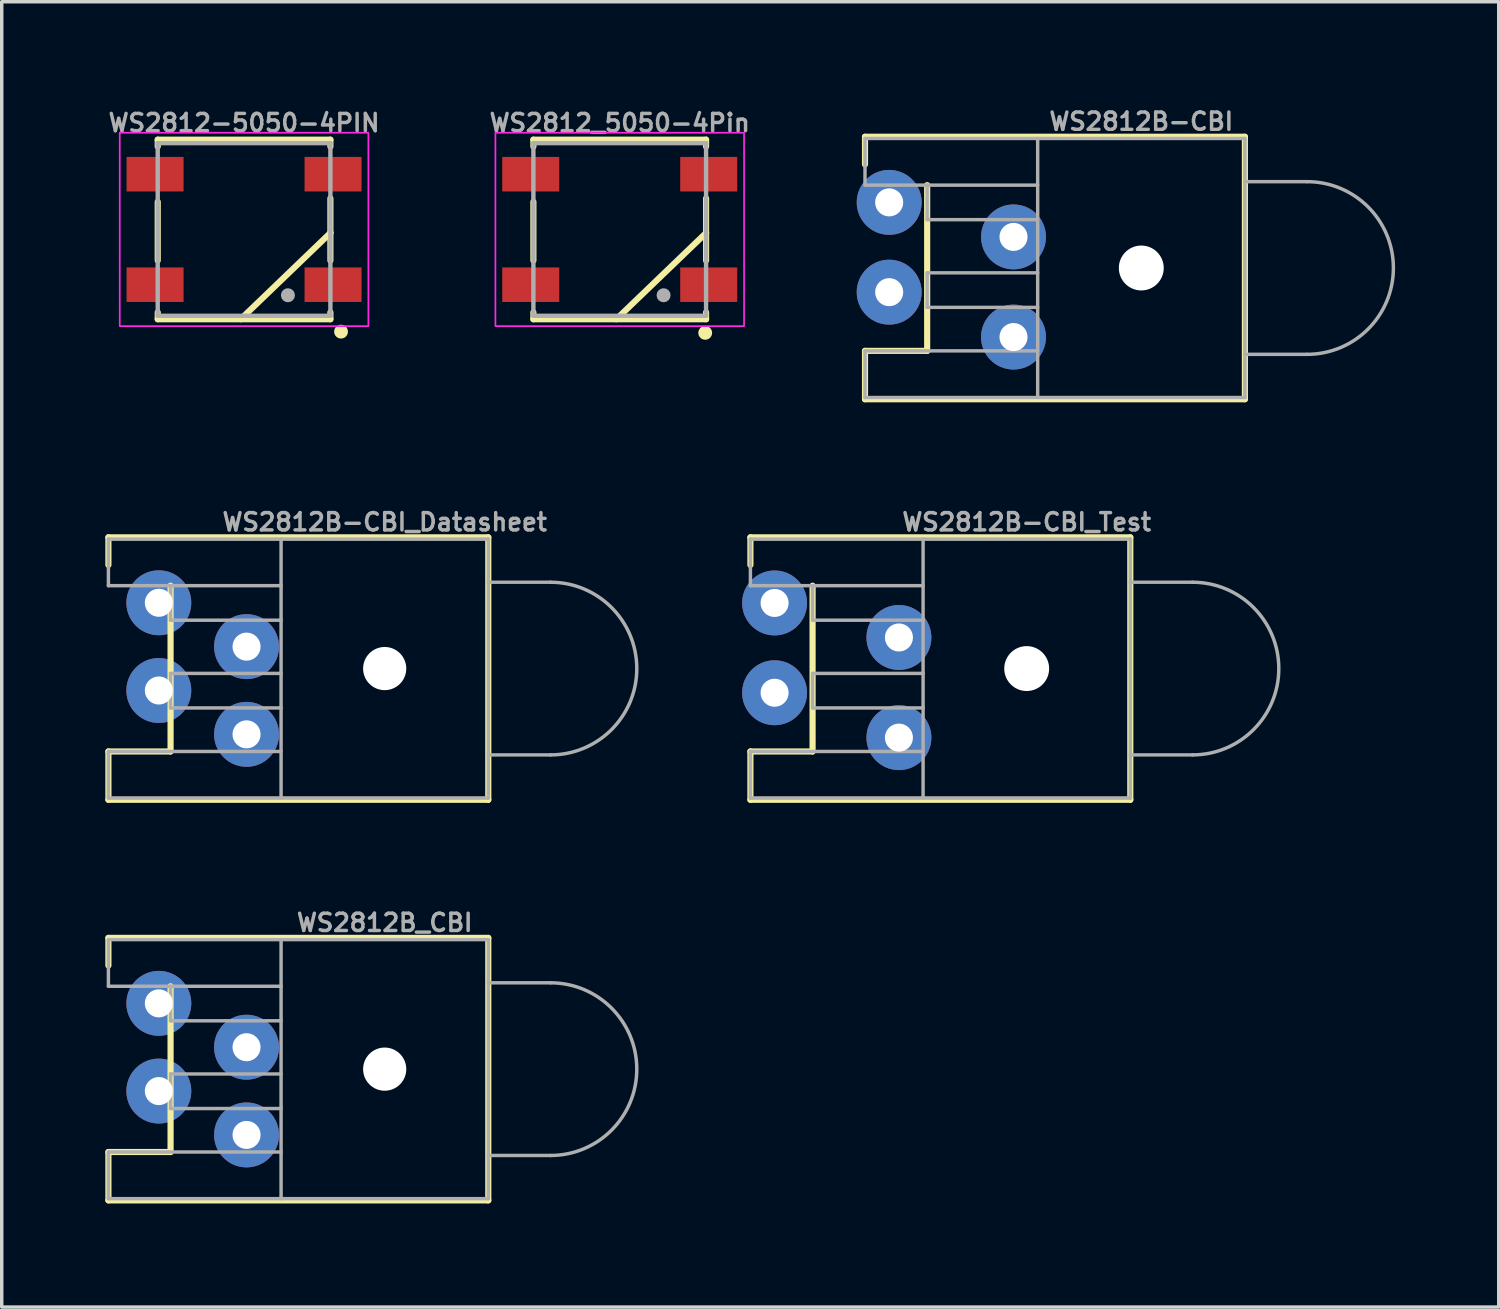
<source format=kicad_pcb>
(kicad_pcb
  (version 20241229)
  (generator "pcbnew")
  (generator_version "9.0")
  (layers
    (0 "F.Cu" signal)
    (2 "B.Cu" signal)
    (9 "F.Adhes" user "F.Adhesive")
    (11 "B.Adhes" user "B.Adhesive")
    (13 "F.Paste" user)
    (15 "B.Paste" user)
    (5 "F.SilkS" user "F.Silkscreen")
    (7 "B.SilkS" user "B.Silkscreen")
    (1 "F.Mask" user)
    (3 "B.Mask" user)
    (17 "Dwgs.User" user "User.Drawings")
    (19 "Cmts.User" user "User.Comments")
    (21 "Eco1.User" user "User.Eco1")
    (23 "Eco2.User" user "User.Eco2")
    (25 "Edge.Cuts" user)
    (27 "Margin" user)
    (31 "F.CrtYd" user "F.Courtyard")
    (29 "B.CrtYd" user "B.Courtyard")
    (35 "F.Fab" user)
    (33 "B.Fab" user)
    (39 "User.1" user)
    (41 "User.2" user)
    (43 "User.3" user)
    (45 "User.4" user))
  (footprint "WS2812B-CBI_Test"
    (layer "F.Cu")
    (at 26.679 16.309)
    (property "Reference" "WS2812B-CBI_Test" (at 0 -4.242 180) (layer "F.Fab") (effects (font (size 0.5 0.5) (thickness 0.1) (bold yes))))
    (fp_line (start -8 -3.8) (end -8 -3) (stroke (width 0.178) (type default)) (layer "F.SilkS"))
    (fp_line (start -8 2.4) (end -6.2 2.4) (stroke (width 0.178) (type default)) (layer "F.SilkS"))
    (fp_line (start -8 3.8) (end -8 2.4) (stroke (width 0.178) (type default)) (layer "F.SilkS"))
    (fp_line (start -6.2 -2.4) (end -6.2 2.4) (stroke (width 0.178) (type default)) (layer "F.SilkS"))
    (fp_line (start 3 -3.8) (end -8 -3.8) (stroke (width 0.178) (type default)) (layer "F.SilkS"))
    (fp_line (start 3 -3.8) (end 3 3.8) (stroke (width 0.178) (type default)) (layer "F.SilkS"))
    (fp_line (start 3 3.8) (end -8 3.8) (stroke (width 0.178) (type default)) (layer "F.SilkS"))
    (fp_line (start -8 -3.75) (end 3 -3.75) (stroke (width 0.1) (type default)) (layer "F.Fab"))
    (fp_line (start -8 -2.4) (end -8 -3.75) (stroke (width 0.1) (type default)) (layer "F.Fab"))
    (fp_line (start -8 2.4) (end -3 2.4) (stroke (width 0.1) (type default)) (layer "F.Fab"))
    (fp_line (start -8 3.75) (end -8 2.4) (stroke (width 0.1) (type default)) (layer "F.Fab"))
    (fp_line (start -6.2 -2.4) (end -8 -2.4) (stroke (width 0.1) (type default)) (layer "F.Fab"))
    (fp_line (start -6.2 -2.4) (end -3 -2.4) (stroke (width 0.1) (type default)) (layer "F.Fab"))
    (fp_line (start -6.2 -1.4) (end -6.2 -2.4) (stroke (width 0.1) (type default)) (layer "F.Fab"))
    (fp_line (start -6.2 0.14) (end -3 0.14) (stroke (width 0.1) (type default)) (layer "F.Fab"))
    (fp_line (start -6.2 1.14) (end -6.2 0.14) (stroke (width 0.1) (type default)) (layer "F.Fab"))
    (fp_line (start -3 -1.4) (end -6.2 -1.4) (stroke (width 0.1) (type default)) (layer "F.Fab"))
    (fp_line (start -3 1.14) (end -6.2 1.14) (stroke (width 0.1) (type default)) (layer "F.Fab"))
    (fp_line (start -3 3.75) (end -3 -3.75) (stroke (width 0.1) (type default)) (layer "F.Fab"))
    (fp_line (start 3 -3.75) (end 3 3.75) (stroke (width 0.1) (type default)) (layer "F.Fab"))
    (fp_line (start 3 -2.5) (end 4.8 -2.5) (stroke (width 0.1) (type default)) (layer "F.Fab"))
    (fp_line (start 3 2.5) (end 4.8 2.5) (stroke (width 0.1) (type default)) (layer "F.Fab"))
    (fp_line (start 3 3.75) (end -8 3.75) (stroke (width 0.1) (type default)) (layer "F.Fab"))
    (fp_arc (start 4.8 -2.5) (mid 7.3 0) (end 4.8 2.5) (stroke (width 0.1) (type default)) (layer "F.Fab"))
    (pad "" np_thru_hole circle (at 0 0) (size 1.3 1.3) (drill 1.3) (layers "*.Cu" "*.Mask"))
    (pad "1" thru_hole circle (at -7.3 -1.9) (size 1.88 1.88) (drill 0.813) (layers "*.Cu" "*.Mask"))
    (pad "2" thru_hole circle (at -3.7 -0.9) (size 1.88 1.88) (drill 0.813) (layers "*.Cu" "*.Mask"))
    (pad "3" thru_hole circle (at -7.3 0.7) (size 1.88 1.88) (drill 0.813) (layers "*.Cu" "*.Mask"))
    (pad "4" thru_hole circle (at -3.7 2) (size 1.88 1.88) (drill 0.813) (layers "*.Cu" "*.Mask")))
  (footprint "WS2812_5050-4Pin"
    (layer "F.Cu")
    (at 14.895 3.594)
    (property "Reference" "WS2812_5050-4Pin" (at 0 -2.794 0) (layer "F.Fab") (effects (font (size 0.5 0.5) (thickness 0.1) (bold yes)) (justify bottom)))
    (attr smd)
    (fp_line (start -2.5 -2.6) (end 2.5 -2.6) (stroke (width 0.178) (type solid)) (layer "F.SilkS"))
    (fp_line (start -2.5 -2.4) (end -2.5 -2.6) (stroke (width 0.178) (type solid)) (layer "F.SilkS"))
    (fp_line (start -2.5 0.9) (end -2.5 -0.8) (stroke (width 0.178) (type solid)) (layer "F.SilkS"))
    (fp_line (start -2.5 2.4) (end -2.5 2.6) (stroke (width 0.178) (type solid)) (layer "F.SilkS"))
    (fp_line (start -2.5 2.6) (end 2.5 2.6) (stroke (width 0.178) (type solid)) (layer "F.SilkS"))
    (fp_line (start 2.5 -2.6) (end 2.5 -2.4) (stroke (width 0.178) (type solid)) (layer "F.SilkS"))
    (fp_line (start 2.5 -0.9) (end 2.5 0.1) (stroke (width 0.178) (type solid)) (layer "F.SilkS"))
    (fp_line (start 2.5 0.1) (end -0.1 2.6) (stroke (width 0.178) (type solid)) (layer "F.SilkS"))
    (fp_line (start 2.5 0.1) (end 2.5 0.9) (stroke (width 0.178) (type solid)) (layer "F.SilkS"))
    (fp_line (start 2.5 2.6) (end 2.5 2.4) (stroke (width 0.178) (type solid)) (layer "F.SilkS"))
    (fp_circle (center 2.475 2.994) (end 2.475 3.094) (stroke (width 0.2) (type solid)) (fill yes) (layer "F.SilkS"))
    (fp_rect (start 3.6 -2.8) (end -3.6 2.8) (stroke (width 0.05) (type default)) (fill no) (layer "F.CrtYd"))
    (fp_line (start -2.5 -2.5) (end -2.5 2.5) (stroke (width 0.127) (type solid)) (layer "F.Fab"))
    (fp_line (start -2.5 2.5) (end 2.5 2.5) (stroke (width 0.127) (type solid)) (layer "F.Fab"))
    (fp_line (start 2.5 -2.5) (end -2.5 -2.5) (stroke (width 0.127) (type solid)) (layer "F.Fab"))
    (fp_line (start 2.5 2.5) (end 2.5 -2.5) (stroke (width 0.127) (type solid)) (layer "F.Fab"))
    (fp_circle (center 1.27 1.905) (end 1.372 1.905) (stroke (width 0.203) (type solid)) (fill no) (layer "F.Fab"))
    (pad "1" smd rect (at -2.577 -1.6) (size 1.651 1) (layers "F.Cu" "F.Mask" "F.Paste"))
    (pad "2" smd rect (at -2.577 1.6) (size 1.651 1) (layers "F.Cu" "F.Mask" "F.Paste"))
    (pad "3" smd rect (at 2.577 1.6) (size 1.651 1) (layers "F.Cu" "F.Mask" "F.Paste"))
    (pad "4" smd rect (at 2.577 -1.6) (size 1.651 1) (layers "F.Cu" "F.Mask" "F.Paste")))
  (footprint "WS2812B-CBI_Datasheet"
    (layer "F.Cu")
    (at 8.089 16.309)
    (property "Reference" "WS2812B-CBI_Datasheet" (at 0 -4.242 180) (layer "F.Fab") (effects (font (size 0.5 0.5) (thickness 0.1) (bold yes))))
    (fp_line (start -8 -3.8) (end -8 -3) (stroke (width 0.178) (type default)) (layer "F.SilkS"))
    (fp_line (start -8 2.4) (end -6.2 2.4) (stroke (width 0.178) (type default)) (layer "F.SilkS"))
    (fp_line (start -8 3.8) (end -8 2.4) (stroke (width 0.178) (type default)) (layer "F.SilkS"))
    (fp_line (start -6.2 -2.4) (end -6.2 2.4) (stroke (width 0.178) (type default)) (layer "F.SilkS"))
    (fp_line (start 3 -3.8) (end -8 -3.8) (stroke (width 0.178) (type default)) (layer "F.SilkS"))
    (fp_line (start 3 -3.8) (end 3 3.8) (stroke (width 0.178) (type default)) (layer "F.SilkS"))
    (fp_line (start 3 3.8) (end -8 3.8) (stroke (width 0.178) (type default)) (layer "F.SilkS"))
    (fp_line (start -8 -3.75) (end 3 -3.75) (stroke (width 0.1) (type default)) (layer "F.Fab"))
    (fp_line (start -8 -2.4) (end -8 -3.75) (stroke (width 0.1) (type default)) (layer "F.Fab"))
    (fp_line (start -8 2.4) (end -3 2.4) (stroke (width 0.1) (type default)) (layer "F.Fab"))
    (fp_line (start -8 3.75) (end -8 2.4) (stroke (width 0.1) (type default)) (layer "F.Fab"))
    (fp_line (start -6.2 -2.4) (end -8 -2.4) (stroke (width 0.1) (type default)) (layer "F.Fab"))
    (fp_line (start -6.2 -2.4) (end -3 -2.4) (stroke (width 0.1) (type default)) (layer "F.Fab"))
    (fp_line (start -6.2 -1.4) (end -6.2 -2.4) (stroke (width 0.1) (type default)) (layer "F.Fab"))
    (fp_line (start -6.2 0.14) (end -3 0.14) (stroke (width 0.1) (type default)) (layer "F.Fab"))
    (fp_line (start -6.2 1.14) (end -6.2 0.14) (stroke (width 0.1) (type default)) (layer "F.Fab"))
    (fp_line (start -3 -1.4) (end -6.2 -1.4) (stroke (width 0.1) (type default)) (layer "F.Fab"))
    (fp_line (start -3 1.14) (end -6.2 1.14) (stroke (width 0.1) (type default)) (layer "F.Fab"))
    (fp_line (start -3 3.75) (end -3 -3.75) (stroke (width 0.1) (type default)) (layer "F.Fab"))
    (fp_line (start 3 -3.75) (end 3 3.75) (stroke (width 0.1) (type default)) (layer "F.Fab"))
    (fp_line (start 3 -2.5) (end 4.8 -2.5) (stroke (width 0.1) (type default)) (layer "F.Fab"))
    (fp_line (start 3 2.5) (end 4.8 2.5) (stroke (width 0.1) (type default)) (layer "F.Fab"))
    (fp_line (start 3 3.75) (end -8 3.75) (stroke (width 0.1) (type default)) (layer "F.Fab"))
    (fp_arc (start 4.8 -2.5) (mid 7.3 0) (end 4.8 2.5) (stroke (width 0.1) (type default)) (layer "F.Fab"))
    (pad "" np_thru_hole circle (at 0 0) (size 1.25 1.25) (drill 1.25) (layers "*.Cu" "*.Mask"))
    (pad "1" thru_hole circle (at -6.54 -1.905) (size 1.88 1.88) (drill 0.813) (layers "*.Cu" "*.Mask"))
    (pad "2" thru_hole circle (at -4 -0.635) (size 1.88 1.88) (drill 0.813) (layers "*.Cu" "*.Mask"))
    (pad "3" thru_hole circle (at -6.54 0.635) (size 1.88 1.88) (drill 0.813) (layers "*.Cu" "*.Mask"))
    (pad "4" thru_hole circle (at -4 1.905) (size 1.88 1.88) (drill 0.813) (layers "*.Cu" "*.Mask")))
  (footprint "WS2812B-CBI"
    (layer "F.Cu")
    (at 29.997 4.71)
    (property "Reference" "WS2812B-CBI" (at 0 -4.242 180) (layer "F.Fab") (effects (font (size 0.5 0.5) (thickness 0.1) (bold yes))))
    (fp_line (start -8 -3.8) (end -8 -3) (stroke (width 0.178) (type default)) (layer "F.SilkS"))
    (fp_line (start -8 2.4) (end -6.2 2.4) (stroke (width 0.178) (type default)) (layer "F.SilkS"))
    (fp_line (start -8 3.8) (end -8 2.4) (stroke (width 0.178) (type default)) (layer "F.SilkS"))
    (fp_line (start -6.2 -2.4) (end -6.2 2.4) (stroke (width 0.178) (type default)) (layer "F.SilkS"))
    (fp_line (start 3 -3.8) (end -8 -3.8) (stroke (width 0.178) (type default)) (layer "F.SilkS"))
    (fp_line (start 3 -3.8) (end 3 3.8) (stroke (width 0.178) (type default)) (layer "F.SilkS"))
    (fp_line (start 3 3.8) (end -8 3.8) (stroke (width 0.178) (type default)) (layer "F.SilkS"))
    (fp_line (start -8 -3.75) (end 3 -3.75) (stroke (width 0.1) (type default)) (layer "F.Fab"))
    (fp_line (start -8 -2.4) (end -8 -3.75) (stroke (width 0.1) (type default)) (layer "F.Fab"))
    (fp_line (start -8 2.4) (end -3 2.4) (stroke (width 0.1) (type default)) (layer "F.Fab"))
    (fp_line (start -8 3.75) (end -8 2.4) (stroke (width 0.1) (type default)) (layer "F.Fab"))
    (fp_line (start -6.2 -2.4) (end -8 -2.4) (stroke (width 0.1) (type default)) (layer "F.Fab"))
    (fp_line (start -6.2 -2.4) (end -3 -2.4) (stroke (width 0.1) (type default)) (layer "F.Fab"))
    (fp_line (start -6.2 -1.4) (end -6.2 -2.4) (stroke (width 0.1) (type default)) (layer "F.Fab"))
    (fp_line (start -6.2 0.14) (end -3 0.14) (stroke (width 0.1) (type default)) (layer "F.Fab"))
    (fp_line (start -6.2 1.14) (end -6.2 0.14) (stroke (width 0.1) (type default)) (layer "F.Fab"))
    (fp_line (start -3 -1.4) (end -6.2 -1.4) (stroke (width 0.1) (type default)) (layer "F.Fab"))
    (fp_line (start -3 1.14) (end -6.2 1.14) (stroke (width 0.1) (type default)) (layer "F.Fab"))
    (fp_line (start -3 3.75) (end -3 -3.75) (stroke (width 0.1) (type default)) (layer "F.Fab"))
    (fp_line (start 3 -3.75) (end 3 3.75) (stroke (width 0.1) (type default)) (layer "F.Fab"))
    (fp_line (start 3 -2.5) (end 4.8 -2.5) (stroke (width 0.1) (type default)) (layer "F.Fab"))
    (fp_line (start 3 2.5) (end 4.8 2.5) (stroke (width 0.1) (type default)) (layer "F.Fab"))
    (fp_line (start 3 3.75) (end -8 3.75) (stroke (width 0.1) (type default)) (layer "F.Fab"))
    (fp_arc (start 4.8 -2.5) (mid 7.3 0) (end 4.8 2.5) (stroke (width 0.1) (type default)) (layer "F.Fab"))
    (pad "" np_thru_hole circle (at 0 0) (size 1.3 1.3) (drill 1.3) (layers "*.Cu" "*.Mask"))
    (pad "1" thru_hole circle (at -7.3 -1.9) (size 1.88 1.88) (drill 0.813) (layers "*.Cu" "*.Mask"))
    (pad "2" thru_hole circle (at -3.7 -0.9) (size 1.88 1.88) (drill 0.813) (layers "*.Cu" "*.Mask"))
    (pad "3" thru_hole circle (at -7.3 0.7) (size 1.88 1.88) (drill 0.813) (layers "*.Cu" "*.Mask"))
    (pad "4" thru_hole circle (at -3.7 2) (size 1.88 1.88) (drill 0.813) (layers "*.Cu" "*.Mask")))
  (footprint "WS2812B_CBI"
    (layer "F.Cu")
    (at 8.089 27.908)
    (property "Reference" "WS2812B_CBI" (at 0 -4.242 180) (layer "F.Fab") (effects (font (size 0.5 0.5) (thickness 0.1) (bold yes))))
    (fp_line (start -8 -3.8) (end -8 -3) (stroke (width 0.178) (type default)) (layer "F.SilkS"))
    (fp_line (start -8 2.4) (end -6.2 2.4) (stroke (width 0.178) (type default)) (layer "F.SilkS"))
    (fp_line (start -8 3.8) (end -8 2.4) (stroke (width 0.178) (type default)) (layer "F.SilkS"))
    (fp_line (start -6.2 -2.4) (end -6.2 2.4) (stroke (width 0.178) (type default)) (layer "F.SilkS"))
    (fp_line (start 3 -3.8) (end -8 -3.8) (stroke (width 0.178) (type default)) (layer "F.SilkS"))
    (fp_line (start 3 -3.8) (end 3 3.8) (stroke (width 0.178) (type default)) (layer "F.SilkS"))
    (fp_line (start 3 3.8) (end -8 3.8) (stroke (width 0.178) (type default)) (layer "F.SilkS"))
    (fp_line (start -8 -3.75) (end 3 -3.75) (stroke (width 0.1) (type default)) (layer "F.Fab"))
    (fp_line (start -8 -2.4) (end -8 -3.75) (stroke (width 0.1) (type default)) (layer "F.Fab"))
    (fp_line (start -8 2.4) (end -3 2.4) (stroke (width 0.1) (type default)) (layer "F.Fab"))
    (fp_line (start -8 3.75) (end -8 2.4) (stroke (width 0.1) (type default)) (layer "F.Fab"))
    (fp_line (start -6.2 -2.4) (end -8 -2.4) (stroke (width 0.1) (type default)) (layer "F.Fab"))
    (fp_line (start -6.2 -2.4) (end -3 -2.4) (stroke (width 0.1) (type default)) (layer "F.Fab"))
    (fp_line (start -6.2 -1.4) (end -6.2 -2.4) (stroke (width 0.1) (type default)) (layer "F.Fab"))
    (fp_line (start -6.2 0.14) (end -3 0.14) (stroke (width 0.1) (type default)) (layer "F.Fab"))
    (fp_line (start -6.2 1.14) (end -6.2 0.14) (stroke (width 0.1) (type default)) (layer "F.Fab"))
    (fp_line (start -3 -1.4) (end -6.2 -1.4) (stroke (width 0.1) (type default)) (layer "F.Fab"))
    (fp_line (start -3 1.14) (end -6.2 1.14) (stroke (width 0.1) (type default)) (layer "F.Fab"))
    (fp_line (start -3 3.75) (end -3 -3.75) (stroke (width 0.1) (type default)) (layer "F.Fab"))
    (fp_line (start 3 -3.75) (end 3 3.75) (stroke (width 0.1) (type default)) (layer "F.Fab"))
    (fp_line (start 3 -2.5) (end 4.8 -2.5) (stroke (width 0.1) (type default)) (layer "F.Fab"))
    (fp_line (start 3 2.5) (end 4.8 2.5) (stroke (width 0.1) (type default)) (layer "F.Fab"))
    (fp_line (start 3 3.75) (end -8 3.75) (stroke (width 0.1) (type default)) (layer "F.Fab"))
    (fp_arc (start 4.8 -2.5) (mid 7.3 0) (end 4.8 2.5) (stroke (width 0.1) (type default)) (layer "F.Fab"))
    (pad "" np_thru_hole circle (at 0 0) (size 1.25 1.25) (drill 1.25) (layers "*.Cu" "*.Mask"))
    (pad "1" thru_hole circle (at -6.54 -1.905) (size 1.88 1.88) (drill 0.813) (layers "*.Cu" "*.Mask"))
    (pad "2" thru_hole circle (at -4 -0.635) (size 1.88 1.88) (drill 0.813) (layers "*.Cu" "*.Mask"))
    (pad "3" thru_hole circle (at -6.54 0.635) (size 1.88 1.88) (drill 0.813) (layers "*.Cu" "*.Mask"))
    (pad "4" thru_hole circle (at -4 1.905) (size 1.88 1.88) (drill 0.813) (layers "*.Cu" "*.Mask")))
  (footprint "WS2812-5050-4PIN"
    (layer "F.Cu")
    (at 4.017 3.594)
    (property "Reference" "WS2812-5050-4PIN" (at 0 -2.794 0) (layer "F.Fab") (effects (font (size 0.5 0.5) (thickness 0.1) (bold yes)) (justify bottom)))
    (fp_line (start -2.5 -2.6) (end 2.5 -2.6) (stroke (width 0.178) (type solid)) (layer "F.SilkS"))
    (fp_line (start -2.5 -2.4) (end -2.5 -2.6) (stroke (width 0.178) (type solid)) (layer "F.SilkS"))
    (fp_line (start -2.5 0.9) (end -2.5 -0.8) (stroke (width 0.178) (type solid)) (layer "F.SilkS"))
    (fp_line (start -2.5 2.4) (end -2.5 2.6) (stroke (width 0.178) (type solid)) (layer "F.SilkS"))
    (fp_line (start -2.5 2.6) (end 2.5 2.6) (stroke (width 0.178) (type solid)) (layer "F.SilkS"))
    (fp_line (start 2.5 -2.6) (end 2.5 -2.4) (stroke (width 0.178) (type solid)) (layer "F.SilkS"))
    (fp_line (start 2.5 -0.9) (end 2.5 0.1) (stroke (width 0.178) (type solid)) (layer "F.SilkS"))
    (fp_line (start 2.5 0.1) (end -0.1 2.6) (stroke (width 0.178) (type solid)) (layer "F.SilkS"))
    (fp_line (start 2.5 0.1) (end 2.5 0.9) (stroke (width 0.178) (type solid)) (layer "F.SilkS"))
    (fp_line (start 2.5 2.6) (end 2.5 2.4) (stroke (width 0.178) (type solid)) (layer "F.SilkS"))
    (fp_circle (center 2.808 2.959) (end 2.808 3.059) (stroke (width 0.2) (type solid)) (fill yes) (layer "F.SilkS"))
    (fp_rect (start 3.6 -2.8) (end -3.6 2.8) (stroke (width 0.05) (type default)) (fill no) (layer "F.CrtYd"))
    (fp_line (start -2.5 -2.5) (end -2.5 2.5) (stroke (width 0.127) (type solid)) (layer "F.Fab"))
    (fp_line (start -2.5 2.5) (end 2.5 2.5) (stroke (width 0.127) (type solid)) (layer "F.Fab"))
    (fp_line (start 2.5 -2.5) (end -2.5 -2.5) (stroke (width 0.127) (type solid)) (layer "F.Fab"))
    (fp_line (start 2.5 2.5) (end 2.5 -2.5) (stroke (width 0.127) (type solid)) (layer "F.Fab"))
    (fp_circle (center 1.27 1.905) (end 1.372 1.905) (stroke (width 0.203) (type solid)) (fill no) (layer "F.Fab"))
    (pad "DI" smd rect (at 2.577 -1.6) (size 1.651 1) (layers "F.Cu" "F.Mask" "F.Paste"))
    (pad "DO" smd rect (at -2.577 1.6) (size 1.651 1) (layers "F.Cu" "F.Mask" "F.Paste"))
    (pad "GND" smd rect (at 2.577 1.6) (size 1.651 1) (layers "F.Cu" "F.Mask" "F.Paste"))
    (pad "VCC" smd rect (at -2.577 -1.6) (size 1.651 1) (layers "F.Cu" "F.Mask" "F.Paste")))
  (gr_rect
    (start -3 -3)
    (end 40.347 34.797)
    (stroke (width 0.1) (type default))
    (fill no)
    (layer "Edge.Cuts")))
</source>
